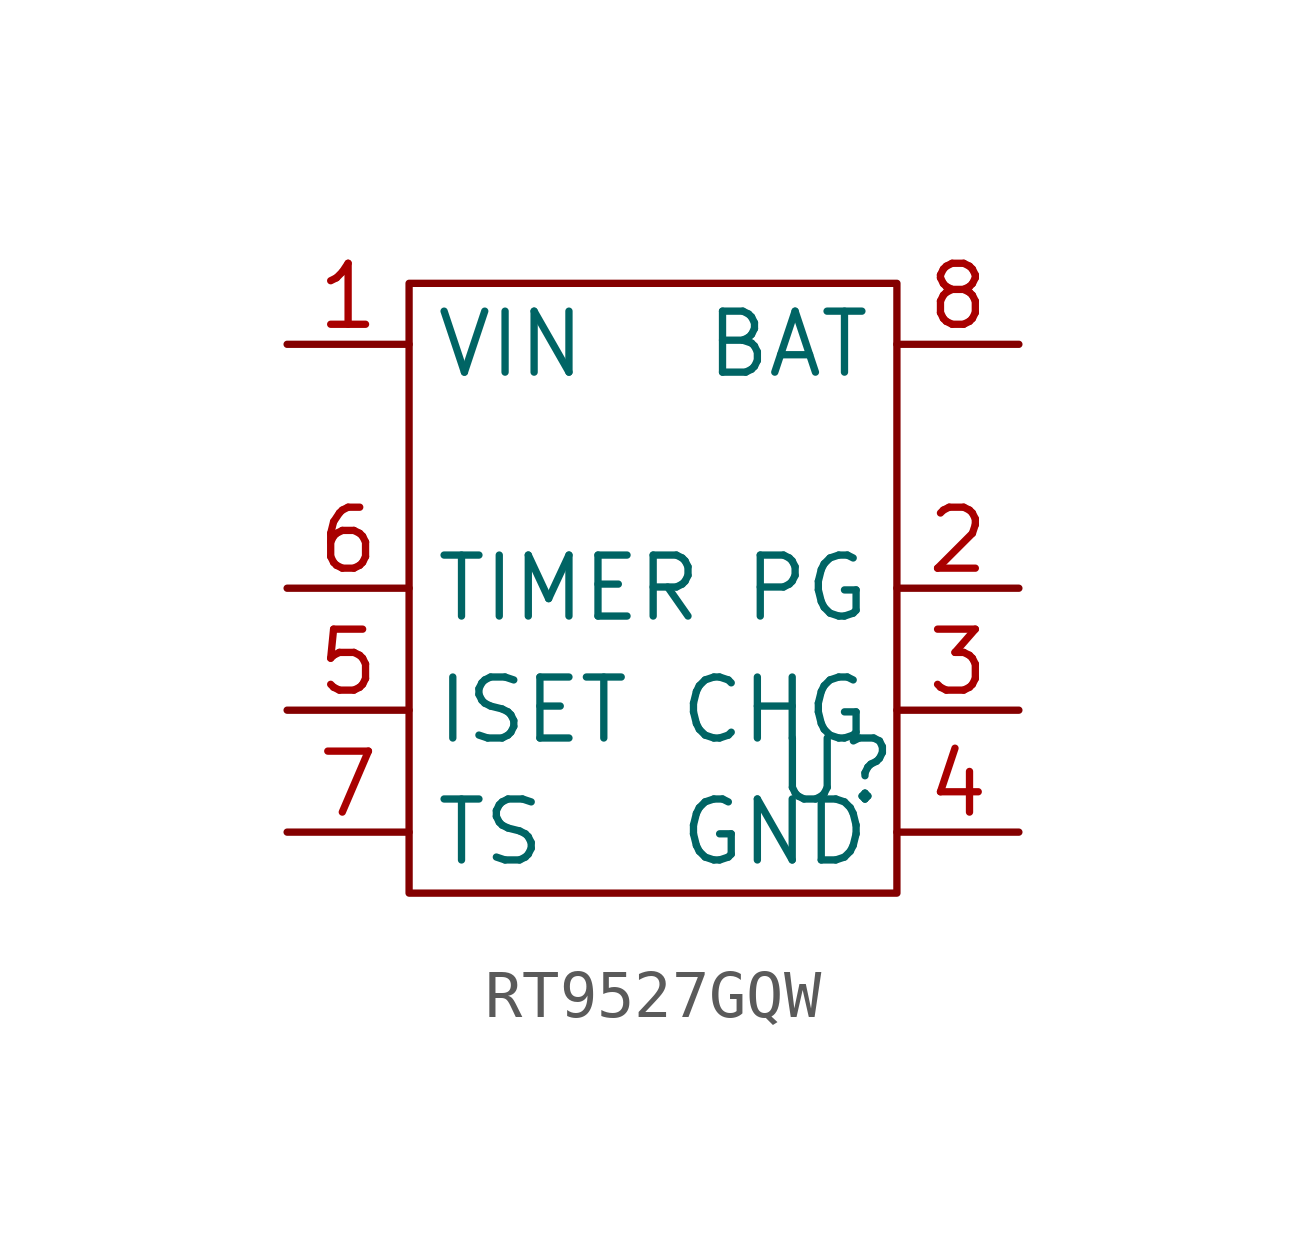
<source format=kicad_sym>
(kicad_symbol_lib
  (version 20231120)
  (generator "kicad_symbol_editor")
  (generator_version "8.0")
  (symbol "RT9527GQW"
    (property "Reference" "U"
      (at 0 0 0)
      (effects (font (size 1.27 1.27))))
    (property "Value" ""
      (at 0 0 0)
      (effects (font (size 1.27 1.27))))
    (symbol "RT9527GQW_0_0"
      (pin unspecified line (at -11.43 8.89 0) (length 2.54) (name "VIN" (effects (font (size 1.27 1.27)))) (number "1" (effects (font (size 1.27 1.27)))))
      (pin unspecified line (at 3.81 3.81 180) (length 2.54) (name "PG" (effects (font (size 1.27 1.27)))) (number "2" (effects (font (size 1.27 1.27)))))
      (pin unspecified line (at 3.81 1.27 180) (length 2.54) (name "CHG" (effects (font (size 1.27 1.27)))) (number "3" (effects (font (size 1.27 1.27)))))
      (pin unspecified line (at 3.81 -1.27 180) (length 2.54) (name "GND" (effects (font (size 1.27 1.27)))) (number "4" (effects (font (size 1.27 1.27)))))
      (pin unspecified line (at -11.43 1.27 0) (length 2.54) (name "ISET" (effects (font (size 1.27 1.27)))) (number "5" (effects (font (size 1.27 1.27)))))
      (pin unspecified line (at -11.43 3.81 0) (length 2.54) (name "TIMER" (effects (font (size 1.27 1.27)))) (number "6" (effects (font (size 1.27 1.27)))))
      (pin unspecified line (at -11.43 -1.27 0) (length 2.54) (name "TS" (effects (font (size 1.27 1.27)))) (number "7" (effects (font (size 1.27 1.27)))))
      (pin unspecified line (at 3.81 8.89 180) (length 2.54) (name "BAT" (effects (font (size 1.27 1.27)))) (number "8" (effects (font (size 1.27 1.27))))))
    (symbol "RT9527GQW_0_1"
      (rectangle (start -8.89 10.16) (end 1.27 -2.54) (stroke (width 0) (type default)) (fill (type none))))))
</source>
